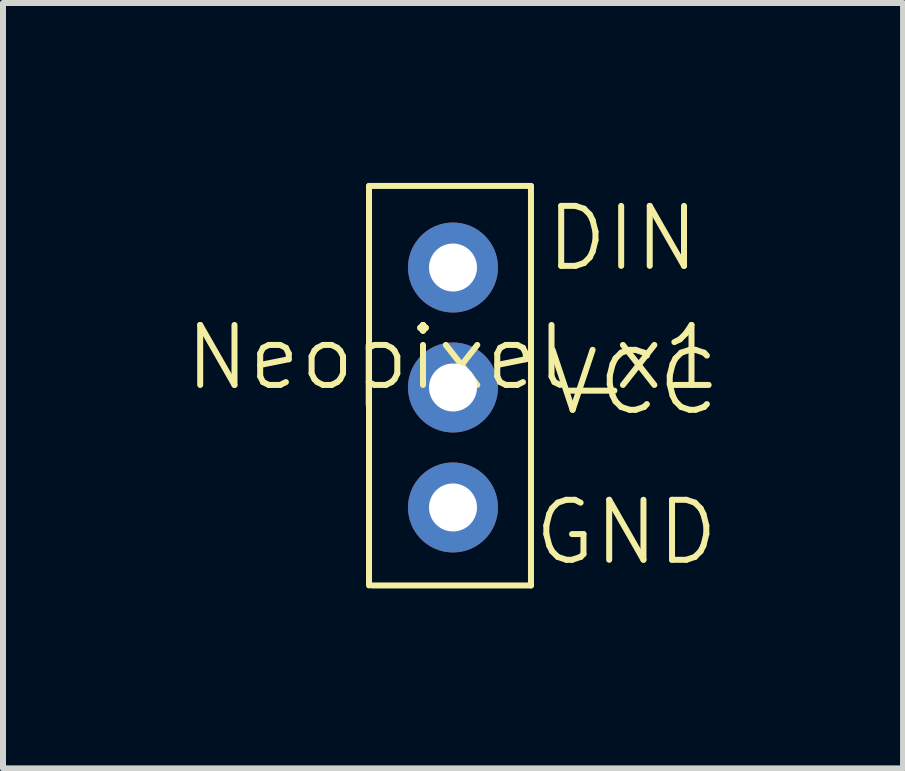
<source format=kicad_pcb>
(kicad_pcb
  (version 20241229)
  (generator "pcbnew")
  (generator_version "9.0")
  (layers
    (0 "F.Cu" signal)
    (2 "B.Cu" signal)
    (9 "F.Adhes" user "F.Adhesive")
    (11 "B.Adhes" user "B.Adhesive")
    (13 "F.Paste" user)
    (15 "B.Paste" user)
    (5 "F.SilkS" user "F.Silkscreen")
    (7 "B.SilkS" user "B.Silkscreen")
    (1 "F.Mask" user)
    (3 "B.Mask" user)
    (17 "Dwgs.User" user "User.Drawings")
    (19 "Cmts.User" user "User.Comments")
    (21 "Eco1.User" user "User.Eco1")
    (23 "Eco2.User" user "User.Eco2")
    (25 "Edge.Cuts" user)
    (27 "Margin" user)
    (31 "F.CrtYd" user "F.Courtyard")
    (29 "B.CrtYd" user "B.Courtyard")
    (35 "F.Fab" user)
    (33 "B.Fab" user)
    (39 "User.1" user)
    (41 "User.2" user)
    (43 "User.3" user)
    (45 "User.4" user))
  (footprint "Neopixel_x1"
    (layer "F.Cu")
    (at 4.502 3.41)
    (property "Reference" "Neopixel_x1" (at 0 -0.5 0) (unlocked yes) (layer "F.SilkS") (effects (font (size 1 1) (thickness 0.1))))
    (attr through_hole)
    (fp_line (start -1.4 -3.36) (end 1.3 -3.36) (stroke (width 0.1) (type default)) (layer "F.SilkS"))
    (fp_line (start -1.4 3.3) (end -1.4 -3.36) (stroke (width 0.1) (type default)) (layer "F.SilkS"))
    (fp_line (start 1.3 -3.36) (end 1.3 3.3) (stroke (width 0.1) (type default)) (layer "F.SilkS"))
    (fp_line (start 1.3 3.3) (end -1.35 3.3) (stroke (width 0.1) (type default)) (layer "F.SilkS"))
    (fp_text user "VCC" (at 1.5 0.5 0) (unlocked yes) (layer "F.SilkS") (effects (font (size 1 1) (thickness 0.1)) (justify left bottom)))
    (fp_text user "DIN" (at 1.5 -1.9 0) (unlocked yes) (layer "F.SilkS") (effects (font (size 1 1) (thickness 0.1)) (justify left bottom)))
    (fp_text user "GND" (at 1.3 3 0) (unlocked yes) (layer "F.SilkS") (effects (font (size 1 1) (thickness 0.1)) (justify left bottom)))
    (pad "1" thru_hole circle (at 0 -2) (size 1.5 1.5) (drill 0.8) (layers "*.Cu" "*.Mask"))
    (pad "2" thru_hole circle (at 0 0) (size 1.5 1.5) (drill 0.8) (layers "*.Cu" "*.Mask"))
    (pad "3" thru_hole circle (at 0 2) (size 1.5 1.5) (drill 0.8) (layers "*.Cu" "*.Mask")))
  (gr_rect
    (start -3 -3)
    (end 12.005 9.76)
    (stroke (width 0.1) (type default))
    (fill no)
    (layer "Edge.Cuts")))
</source>
